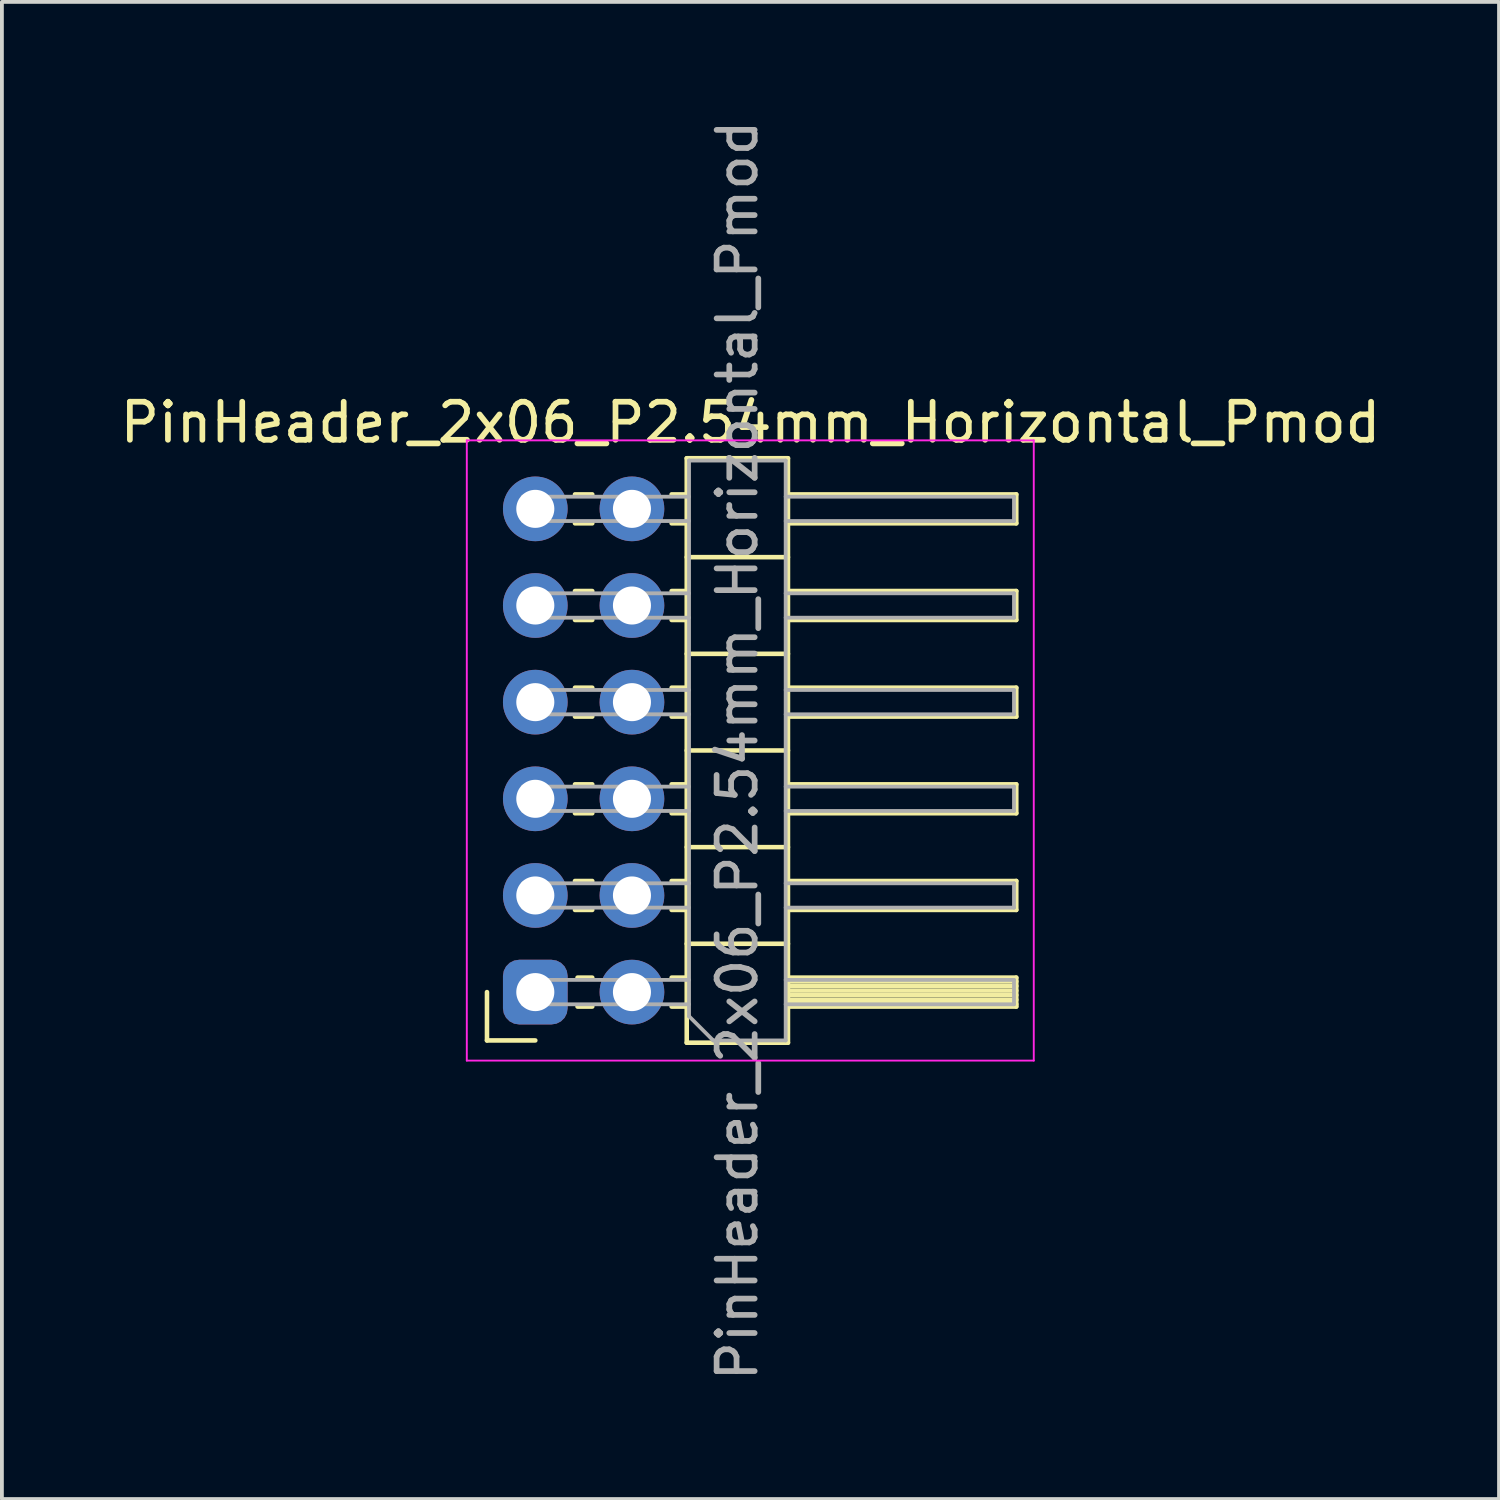
<source format=kicad_pcb>
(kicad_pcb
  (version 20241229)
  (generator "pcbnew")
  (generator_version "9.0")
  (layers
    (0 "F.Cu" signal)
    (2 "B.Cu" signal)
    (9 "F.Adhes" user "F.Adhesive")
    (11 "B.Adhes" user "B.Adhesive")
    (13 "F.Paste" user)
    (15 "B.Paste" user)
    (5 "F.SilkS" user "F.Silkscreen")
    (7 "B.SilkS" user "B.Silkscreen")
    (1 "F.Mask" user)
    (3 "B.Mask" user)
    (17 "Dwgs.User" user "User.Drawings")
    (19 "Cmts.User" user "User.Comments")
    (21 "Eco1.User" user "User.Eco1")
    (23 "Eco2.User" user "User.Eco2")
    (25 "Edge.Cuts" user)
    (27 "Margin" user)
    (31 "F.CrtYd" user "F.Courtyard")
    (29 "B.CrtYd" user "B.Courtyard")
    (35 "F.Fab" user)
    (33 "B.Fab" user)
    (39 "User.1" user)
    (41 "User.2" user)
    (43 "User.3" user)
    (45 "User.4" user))
  (footprint "PinHeader_2x06_P2.54mm_Horizontal_Pmod"
    (layer "F.Cu")
    (at 11.018 23.023)
    (property "Reference" "PinHeader_2x06_P2.54mm_Horizontal_Pmod" (at 5.655 -14.97 0) (layer "F.SilkS") (effects (font (size 1 1) (thickness 0.15))))
    (attr through_hole)
    (fp_line (start -1.27 0) (end -1.27 1.27) (stroke (width 0.12) (type solid)) (layer "F.SilkS"))
    (fp_line (start -1.27 1.27) (end 0 1.27) (stroke (width 0.12) (type solid)) (layer "F.SilkS"))
    (fp_line (start 1.043 -13.08) (end 1.497 -13.08) (stroke (width 0.12) (type solid)) (layer "F.SilkS"))
    (fp_line (start 1.043 -12.32) (end 1.497 -12.32) (stroke (width 0.12) (type solid)) (layer "F.SilkS"))
    (fp_line (start 1.043 -10.54) (end 1.497 -10.54) (stroke (width 0.12) (type solid)) (layer "F.SilkS"))
    (fp_line (start 1.043 -9.78) (end 1.497 -9.78) (stroke (width 0.12) (type solid)) (layer "F.SilkS"))
    (fp_line (start 1.043 -8) (end 1.497 -8) (stroke (width 0.12) (type solid)) (layer "F.SilkS"))
    (fp_line (start 1.043 -7.24) (end 1.497 -7.24) (stroke (width 0.12) (type solid)) (layer "F.SilkS"))
    (fp_line (start 1.043 -5.46) (end 1.497 -5.46) (stroke (width 0.12) (type solid)) (layer "F.SilkS"))
    (fp_line (start 1.043 -4.7) (end 1.497 -4.7) (stroke (width 0.12) (type solid)) (layer "F.SilkS"))
    (fp_line (start 1.043 -2.92) (end 1.497 -2.92) (stroke (width 0.12) (type solid)) (layer "F.SilkS"))
    (fp_line (start 1.043 -2.16) (end 1.497 -2.16) (stroke (width 0.12) (type solid)) (layer "F.SilkS"))
    (fp_line (start 1.11 -0.38) (end 1.497 -0.38) (stroke (width 0.12) (type solid)) (layer "F.SilkS"))
    (fp_line (start 1.11 0.38) (end 1.497 0.38) (stroke (width 0.12) (type solid)) (layer "F.SilkS"))
    (fp_line (start 3.583 -13.08) (end 3.98 -13.08) (stroke (width 0.12) (type solid)) (layer "F.SilkS"))
    (fp_line (start 3.583 -12.32) (end 3.98 -12.32) (stroke (width 0.12) (type solid)) (layer "F.SilkS"))
    (fp_line (start 3.583 -10.54) (end 3.98 -10.54) (stroke (width 0.12) (type solid)) (layer "F.SilkS"))
    (fp_line (start 3.583 -9.78) (end 3.98 -9.78) (stroke (width 0.12) (type solid)) (layer "F.SilkS"))
    (fp_line (start 3.583 -8) (end 3.98 -8) (stroke (width 0.12) (type solid)) (layer "F.SilkS"))
    (fp_line (start 3.583 -7.24) (end 3.98 -7.24) (stroke (width 0.12) (type solid)) (layer "F.SilkS"))
    (fp_line (start 3.583 -5.46) (end 3.98 -5.46) (stroke (width 0.12) (type solid)) (layer "F.SilkS"))
    (fp_line (start 3.583 -4.7) (end 3.98 -4.7) (stroke (width 0.12) (type solid)) (layer "F.SilkS"))
    (fp_line (start 3.583 -2.92) (end 3.98 -2.92) (stroke (width 0.12) (type solid)) (layer "F.SilkS"))
    (fp_line (start 3.583 -2.16) (end 3.98 -2.16) (stroke (width 0.12) (type solid)) (layer "F.SilkS"))
    (fp_line (start 3.583 -0.38) (end 3.98 -0.38) (stroke (width 0.12) (type solid)) (layer "F.SilkS"))
    (fp_line (start 3.583 0.38) (end 3.98 0.38) (stroke (width 0.12) (type solid)) (layer "F.SilkS"))
    (fp_line (start 3.98 -14.03) (end 6.64 -14.03) (stroke (width 0.12) (type solid)) (layer "F.SilkS"))
    (fp_line (start 3.98 -11.43) (end 6.64 -11.43) (stroke (width 0.12) (type solid)) (layer "F.SilkS"))
    (fp_line (start 3.98 -8.89) (end 6.64 -8.89) (stroke (width 0.12) (type solid)) (layer "F.SilkS"))
    (fp_line (start 3.98 -6.35) (end 6.64 -6.35) (stroke (width 0.12) (type solid)) (layer "F.SilkS"))
    (fp_line (start 3.98 -3.81) (end 6.64 -3.81) (stroke (width 0.12) (type solid)) (layer "F.SilkS"))
    (fp_line (start 3.98 -1.27) (end 6.64 -1.27) (stroke (width 0.12) (type solid)) (layer "F.SilkS"))
    (fp_line (start 3.98 1.33) (end 3.98 -14.03) (stroke (width 0.12) (type solid)) (layer "F.SilkS"))
    (fp_line (start 6.64 -14.03) (end 6.64 1.33) (stroke (width 0.12) (type solid)) (layer "F.SilkS"))
    (fp_line (start 6.64 -12.32) (end 12.64 -12.32) (stroke (width 0.12) (type solid)) (layer "F.SilkS"))
    (fp_line (start 6.64 -9.78) (end 12.64 -9.78) (stroke (width 0.12) (type solid)) (layer "F.SilkS"))
    (fp_line (start 6.64 -7.24) (end 12.64 -7.24) (stroke (width 0.12) (type solid)) (layer "F.SilkS"))
    (fp_line (start 6.64 -4.7) (end 12.64 -4.7) (stroke (width 0.12) (type solid)) (layer "F.SilkS"))
    (fp_line (start 6.64 -2.16) (end 12.64 -2.16) (stroke (width 0.12) (type solid)) (layer "F.SilkS"))
    (fp_line (start 6.64 -0.28) (end 12.64 -0.28) (stroke (width 0.12) (type solid)) (layer "F.SilkS"))
    (fp_line (start 6.64 -0.16) (end 12.64 -0.16) (stroke (width 0.12) (type solid)) (layer "F.SilkS"))
    (fp_line (start 6.64 -0.04) (end 12.64 -0.04) (stroke (width 0.12) (type solid)) (layer "F.SilkS"))
    (fp_line (start 6.64 0.08) (end 12.64 0.08) (stroke (width 0.12) (type solid)) (layer "F.SilkS"))
    (fp_line (start 6.64 0.2) (end 12.64 0.2) (stroke (width 0.12) (type solid)) (layer "F.SilkS"))
    (fp_line (start 6.64 0.32) (end 12.64 0.32) (stroke (width 0.12) (type solid)) (layer "F.SilkS"))
    (fp_line (start 6.64 0.38) (end 12.64 0.38) (stroke (width 0.12) (type solid)) (layer "F.SilkS"))
    (fp_line (start 6.64 1.33) (end 3.98 1.33) (stroke (width 0.12) (type solid)) (layer "F.SilkS"))
    (fp_line (start 12.64 -13.08) (end 6.64 -13.08) (stroke (width 0.12) (type solid)) (layer "F.SilkS"))
    (fp_line (start 12.64 -12.32) (end 12.64 -13.08) (stroke (width 0.12) (type solid)) (layer "F.SilkS"))
    (fp_line (start 12.64 -10.54) (end 6.64 -10.54) (stroke (width 0.12) (type solid)) (layer "F.SilkS"))
    (fp_line (start 12.64 -9.78) (end 12.64 -10.54) (stroke (width 0.12) (type solid)) (layer "F.SilkS"))
    (fp_line (start 12.64 -8) (end 6.64 -8) (stroke (width 0.12) (type solid)) (layer "F.SilkS"))
    (fp_line (start 12.64 -7.24) (end 12.64 -8) (stroke (width 0.12) (type solid)) (layer "F.SilkS"))
    (fp_line (start 12.64 -5.46) (end 6.64 -5.46) (stroke (width 0.12) (type solid)) (layer "F.SilkS"))
    (fp_line (start 12.64 -4.7) (end 12.64 -5.46) (stroke (width 0.12) (type solid)) (layer "F.SilkS"))
    (fp_line (start 12.64 -2.92) (end 6.64 -2.92) (stroke (width 0.12) (type solid)) (layer "F.SilkS"))
    (fp_line (start 12.64 -2.16) (end 12.64 -2.92) (stroke (width 0.12) (type solid)) (layer "F.SilkS"))
    (fp_line (start 12.64 -0.38) (end 6.64 -0.38) (stroke (width 0.12) (type solid)) (layer "F.SilkS"))
    (fp_line (start 12.64 0.38) (end 12.64 -0.38) (stroke (width 0.12) (type solid)) (layer "F.SilkS"))
    (fp_line (start -1.8 -14.5) (end -1.8 1.8) (stroke (width 0.05) (type solid)) (layer "F.CrtYd"))
    (fp_line (start -1.8 1.8) (end 13.1 1.8) (stroke (width 0.05) (type solid)) (layer "F.CrtYd"))
    (fp_line (start 13.1 -14.5) (end -1.8 -14.5) (stroke (width 0.05) (type solid)) (layer "F.CrtYd"))
    (fp_line (start 13.1 1.8) (end 13.1 -14.5) (stroke (width 0.05) (type solid)) (layer "F.CrtYd"))
    (fp_line (start -0.32 -13.02) (end 4.04 -13.02) (stroke (width 0.1) (type solid)) (layer "F.Fab"))
    (fp_line (start -0.32 -12.38) (end -0.32 -13.02) (stroke (width 0.1) (type solid)) (layer "F.Fab"))
    (fp_line (start -0.32 -12.38) (end 4.04 -12.38) (stroke (width 0.1) (type solid)) (layer "F.Fab"))
    (fp_line (start -0.32 -10.48) (end 4.04 -10.48) (stroke (width 0.1) (type solid)) (layer "F.Fab"))
    (fp_line (start -0.32 -9.84) (end -0.32 -10.48) (stroke (width 0.1) (type solid)) (layer "F.Fab"))
    (fp_line (start -0.32 -9.84) (end 4.04 -9.84) (stroke (width 0.1) (type solid)) (layer "F.Fab"))
    (fp_line (start -0.32 -7.94) (end 4.04 -7.94) (stroke (width 0.1) (type solid)) (layer "F.Fab"))
    (fp_line (start -0.32 -7.3) (end -0.32 -7.94) (stroke (width 0.1) (type solid)) (layer "F.Fab"))
    (fp_line (start -0.32 -7.3) (end 4.04 -7.3) (stroke (width 0.1) (type solid)) (layer "F.Fab"))
    (fp_line (start -0.32 -5.4) (end 4.04 -5.4) (stroke (width 0.1) (type solid)) (layer "F.Fab"))
    (fp_line (start -0.32 -4.76) (end -0.32 -5.4) (stroke (width 0.1) (type solid)) (layer "F.Fab"))
    (fp_line (start -0.32 -4.76) (end 4.04 -4.76) (stroke (width 0.1) (type solid)) (layer "F.Fab"))
    (fp_line (start -0.32 -2.86) (end 4.04 -2.86) (stroke (width 0.1) (type solid)) (layer "F.Fab"))
    (fp_line (start -0.32 -2.22) (end -0.32 -2.86) (stroke (width 0.1) (type solid)) (layer "F.Fab"))
    (fp_line (start -0.32 -2.22) (end 4.04 -2.22) (stroke (width 0.1) (type solid)) (layer "F.Fab"))
    (fp_line (start -0.32 -0.32) (end 4.04 -0.32) (stroke (width 0.1) (type solid)) (layer "F.Fab"))
    (fp_line (start -0.32 0.32) (end -0.32 -0.32) (stroke (width 0.1) (type solid)) (layer "F.Fab"))
    (fp_line (start -0.32 0.32) (end 4.04 0.32) (stroke (width 0.1) (type solid)) (layer "F.Fab"))
    (fp_line (start 4.04 -13.97) (end 4.04 0.635) (stroke (width 0.1) (type solid)) (layer "F.Fab"))
    (fp_line (start 4.04 0.635) (end 4.675 1.27) (stroke (width 0.1) (type solid)) (layer "F.Fab"))
    (fp_line (start 4.675 1.27) (end 6.58 1.27) (stroke (width 0.1) (type solid)) (layer "F.Fab"))
    (fp_line (start 6.58 -13.97) (end 4.04 -13.97) (stroke (width 0.1) (type solid)) (layer "F.Fab"))
    (fp_line (start 6.58 -13.02) (end 12.58 -13.02) (stroke (width 0.1) (type solid)) (layer "F.Fab"))
    (fp_line (start 6.58 -12.38) (end 12.58 -12.38) (stroke (width 0.1) (type solid)) (layer "F.Fab"))
    (fp_line (start 6.58 -10.48) (end 12.58 -10.48) (stroke (width 0.1) (type solid)) (layer "F.Fab"))
    (fp_line (start 6.58 -9.84) (end 12.58 -9.84) (stroke (width 0.1) (type solid)) (layer "F.Fab"))
    (fp_line (start 6.58 -7.94) (end 12.58 -7.94) (stroke (width 0.1) (type solid)) (layer "F.Fab"))
    (fp_line (start 6.58 -7.3) (end 12.58 -7.3) (stroke (width 0.1) (type solid)) (layer "F.Fab"))
    (fp_line (start 6.58 -5.4) (end 12.58 -5.4) (stroke (width 0.1) (type solid)) (layer "F.Fab"))
    (fp_line (start 6.58 -4.76) (end 12.58 -4.76) (stroke (width 0.1) (type solid)) (layer "F.Fab"))
    (fp_line (start 6.58 -2.86) (end 12.58 -2.86) (stroke (width 0.1) (type solid)) (layer "F.Fab"))
    (fp_line (start 6.58 -2.22) (end 12.58 -2.22) (stroke (width 0.1) (type solid)) (layer "F.Fab"))
    (fp_line (start 6.58 -0.32) (end 12.58 -0.32) (stroke (width 0.1) (type solid)) (layer "F.Fab"))
    (fp_line (start 6.58 0.32) (end 12.58 0.32) (stroke (width 0.1) (type solid)) (layer "F.Fab"))
    (fp_line (start 6.58 1.27) (end 6.58 -13.97) (stroke (width 0.1) (type solid)) (layer "F.Fab"))
    (fp_line (start 12.58 -12.38) (end 12.58 -13.02) (stroke (width 0.1) (type solid)) (layer "F.Fab"))
    (fp_line (start 12.58 -9.84) (end 12.58 -10.48) (stroke (width 0.1) (type solid)) (layer "F.Fab"))
    (fp_line (start 12.58 -7.3) (end 12.58 -7.94) (stroke (width 0.1) (type solid)) (layer "F.Fab"))
    (fp_line (start 12.58 -4.76) (end 12.58 -5.4) (stroke (width 0.1) (type solid)) (layer "F.Fab"))
    (fp_line (start 12.58 -2.22) (end 12.58 -2.86) (stroke (width 0.1) (type solid)) (layer "F.Fab"))
    (fp_line (start 12.58 0.32) (end 12.58 -0.32) (stroke (width 0.1) (type solid)) (layer "F.Fab"))
    (fp_text user "${REFERENCE}" (at 5.31 -6.35 270) (layer "F.Fab") (effects (font (size 1 1) (thickness 0.15))))
    (pad "1" thru_hole roundrect (at 0 0 180) (size 1.7 1.7) (drill 1) (layers "*.Cu" "*.Mask") (roundrect_rratio 0.25))
    (pad "2" thru_hole oval (at 0 -2.54 180) (size 1.7 1.7) (drill 1) (layers "*.Cu" "*.Mask"))
    (pad "3" thru_hole oval (at 0 -5.08 180) (size 1.7 1.7) (drill 1) (layers "*.Cu" "*.Mask"))
    (pad "4" thru_hole oval (at 0 -7.62 180) (size 1.7 1.7) (drill 1) (layers "*.Cu" "*.Mask"))
    (pad "5" thru_hole oval (at 0 -10.16 180) (size 1.7 1.7) (drill 1) (layers "*.Cu" "*.Mask"))
    (pad "6" thru_hole oval (at 0 -12.7 180) (size 1.7 1.7) (drill 1) (layers "*.Cu" "*.Mask"))
    (pad "7" thru_hole oval (at 2.54 0 180) (size 1.7 1.7) (drill 1) (layers "*.Cu" "*.Mask"))
    (pad "8" thru_hole oval (at 2.54 -2.54 180) (size 1.7 1.7) (drill 1) (layers "*.Cu" "*.Mask"))
    (pad "9" thru_hole oval (at 2.54 -5.08 180) (size 1.7 1.7) (drill 1) (layers "*.Cu" "*.Mask"))
    (pad "10" thru_hole oval (at 2.54 -7.62 180) (size 1.7 1.7) (drill 1) (layers "*.Cu" "*.Mask"))
    (pad "11" thru_hole oval (at 2.54 -10.16 180) (size 1.7 1.7) (drill 1) (layers "*.Cu" "*.Mask"))
    (pad "12" thru_hole oval (at 2.54 -12.7 180) (size 1.7 1.7) (drill 1) (layers "*.Cu" "*.Mask")))
  (gr_rect
    (start -3 -3)
    (end 36.345 36.345)
    (stroke (width 0.1) (type default))
    (fill no)
    (layer "Edge.Cuts")))
</source>
